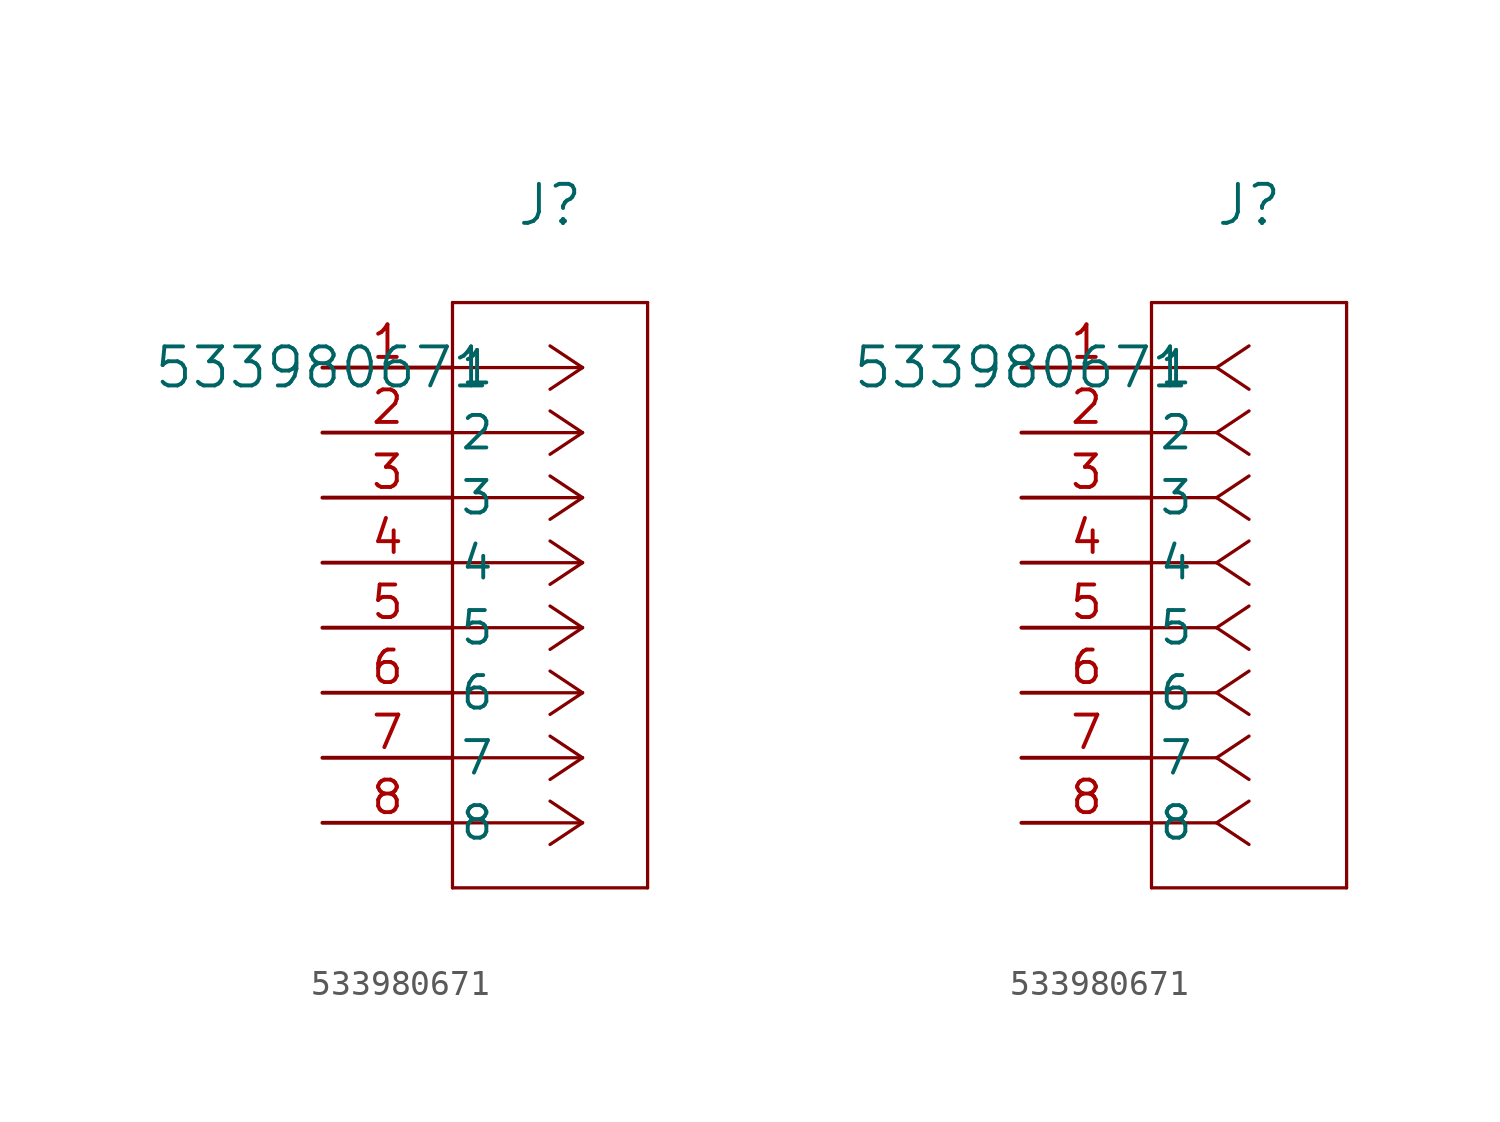
<source format=kicad_sym>
(kicad_symbol_lib
  (version 20211014)
  (generator kicad_symbol_editor)
  (symbol "533980671"
    (pin_names
      (offset 0.254))
    (property "Reference" "J"
      (at 8.89 6.35 0)
      (effects (font (size 1.524 1.524))))
    (property "Value" "533980671"
      (at 0 0 0)
      (effects (font (size 1.524 1.524))))
    (symbol "533980671_1_1"
      (polyline (pts (xy 10.16 0) (xy 5.08 0)) (stroke (width 0.127) (type default) (color 0 0 0 0)) (fill (type none)))
      (polyline (pts (xy 10.16 -2.54) (xy 5.08 -2.54)) (stroke (width 0.127) (type default) (color 0 0 0 0)) (fill (type none)))
      (polyline (pts (xy 10.16 -5.08) (xy 5.08 -5.08)) (stroke (width 0.127) (type default) (color 0 0 0 0)) (fill (type none)))
      (polyline (pts (xy 10.16 -7.62) (xy 5.08 -7.62)) (stroke (width 0.127) (type default) (color 0 0 0 0)) (fill (type none)))
      (polyline (pts (xy 10.16 -10.16) (xy 5.08 -10.16)) (stroke (width 0.127) (type default) (color 0 0 0 0)) (fill (type none)))
      (polyline (pts (xy 10.16 -12.7) (xy 5.08 -12.7)) (stroke (width 0.127) (type default) (color 0 0 0 0)) (fill (type none)))
      (polyline (pts (xy 10.16 -15.24) (xy 5.08 -15.24)) (stroke (width 0.127) (type default) (color 0 0 0 0)) (fill (type none)))
      (polyline (pts (xy 10.16 -17.78) (xy 5.08 -17.78)) (stroke (width 0.127) (type default) (color 0 0 0 0)) (fill (type none)))
      (polyline (pts (xy 10.16 0) (xy 8.89 0.847)) (stroke (width 0.127) (type default) (color 0 0 0 0)) (fill (type none)))
      (polyline (pts (xy 10.16 -2.54) (xy 8.89 -1.693)) (stroke (width 0.127) (type default) (color 0 0 0 0)) (fill (type none)))
      (polyline (pts (xy 10.16 -5.08) (xy 8.89 -4.233)) (stroke (width 0.127) (type default) (color 0 0 0 0)) (fill (type none)))
      (polyline (pts (xy 10.16 -7.62) (xy 8.89 -6.773)) (stroke (width 0.127) (type default) (color 0 0 0 0)) (fill (type none)))
      (polyline (pts (xy 10.16 -10.16) (xy 8.89 -9.313)) (stroke (width 0.127) (type default) (color 0 0 0 0)) (fill (type none)))
      (polyline (pts (xy 10.16 -12.7) (xy 8.89 -11.853)) (stroke (width 0.127) (type default) (color 0 0 0 0)) (fill (type none)))
      (polyline (pts (xy 10.16 -15.24) (xy 8.89 -14.393)) (stroke (width 0.127) (type default) (color 0 0 0 0)) (fill (type none)))
      (polyline (pts (xy 10.16 -17.78) (xy 8.89 -16.933)) (stroke (width 0.127) (type default) (color 0 0 0 0)) (fill (type none)))
      (polyline (pts (xy 10.16 0) (xy 8.89 -0.847)) (stroke (width 0.127) (type default) (color 0 0 0 0)) (fill (type none)))
      (polyline (pts (xy 10.16 -2.54) (xy 8.89 -3.387)) (stroke (width 0.127) (type default) (color 0 0 0 0)) (fill (type none)))
      (polyline (pts (xy 10.16 -5.08) (xy 8.89 -5.927)) (stroke (width 0.127) (type default) (color 0 0 0 0)) (fill (type none)))
      (polyline (pts (xy 10.16 -7.62) (xy 8.89 -8.467)) (stroke (width 0.127) (type default) (color 0 0 0 0)) (fill (type none)))
      (polyline (pts (xy 10.16 -10.16) (xy 8.89 -11.007)) (stroke (width 0.127) (type default) (color 0 0 0 0)) (fill (type none)))
      (polyline (pts (xy 10.16 -12.7) (xy 8.89 -13.547)) (stroke (width 0.127) (type default) (color 0 0 0 0)) (fill (type none)))
      (polyline (pts (xy 10.16 -15.24) (xy 8.89 -16.087)) (stroke (width 0.127) (type default) (color 0 0 0 0)) (fill (type none)))
      (polyline (pts (xy 10.16 -17.78) (xy 8.89 -18.627)) (stroke (width 0.127) (type default) (color 0 0 0 0)) (fill (type none)))
      (polyline (pts (xy 5.08 2.54) (xy 5.08 -20.32)) (stroke (width 0.127) (type default) (color 0 0 0 0)) (fill (type none)))
      (polyline (pts (xy 5.08 -20.32) (xy 12.7 -20.32)) (stroke (width 0.127) (type default) (color 0 0 0 0)) (fill (type none)))
      (polyline (pts (xy 12.7 -20.32) (xy 12.7 2.54)) (stroke (width 0.127) (type default) (color 0 0 0 0)) (fill (type none)))
      (polyline (pts (xy 12.7 2.54) (xy 5.08 2.54)) (stroke (width 0.127) (type default) (color 0 0 0 0)) (fill (type none)))
      (pin unspecified line (at 0 0 0) (length 5.08) (name "1" (effects (font (size 1.27 1.27)))) (number "1" (effects (font (size 1.27 1.27)))))
      (pin unspecified line (at 0 -2.54 0) (length 5.08) (name "2" (effects (font (size 1.27 1.27)))) (number "2" (effects (font (size 1.27 1.27)))))
      (pin unspecified line (at 0 -5.08 0) (length 5.08) (name "3" (effects (font (size 1.27 1.27)))) (number "3" (effects (font (size 1.27 1.27)))))
      (pin unspecified line (at 0 -7.62 0) (length 5.08) (name "4" (effects (font (size 1.27 1.27)))) (number "4" (effects (font (size 1.27 1.27)))))
      (pin unspecified line (at 0 -10.16 0) (length 5.08) (name "5" (effects (font (size 1.27 1.27)))) (number "5" (effects (font (size 1.27 1.27)))))
      (pin unspecified line (at 0 -12.7 0) (length 5.08) (name "6" (effects (font (size 1.27 1.27)))) (number "6" (effects (font (size 1.27 1.27)))))
      (pin unspecified line (at 0 -15.24 0) (length 5.08) (name "7" (effects (font (size 1.27 1.27)))) (number "7" (effects (font (size 1.27 1.27)))))
      (pin unspecified line (at 0 -17.78 0) (length 5.08) (name "8" (effects (font (size 1.27 1.27)))) (number "8" (effects (font (size 1.27 1.27))))))
    (symbol "533980671_1_2"
      (polyline (pts (xy 7.62 0) (xy 5.08 0)) (stroke (width 0.127) (type default) (color 0 0 0 0)) (fill (type none)))
      (polyline (pts (xy 7.62 -2.54) (xy 5.08 -2.54)) (stroke (width 0.127) (type default) (color 0 0 0 0)) (fill (type none)))
      (polyline (pts (xy 7.62 -5.08) (xy 5.08 -5.08)) (stroke (width 0.127) (type default) (color 0 0 0 0)) (fill (type none)))
      (polyline (pts (xy 7.62 -7.62) (xy 5.08 -7.62)) (stroke (width 0.127) (type default) (color 0 0 0 0)) (fill (type none)))
      (polyline (pts (xy 7.62 -10.16) (xy 5.08 -10.16)) (stroke (width 0.127) (type default) (color 0 0 0 0)) (fill (type none)))
      (polyline (pts (xy 7.62 -12.7) (xy 5.08 -12.7)) (stroke (width 0.127) (type default) (color 0 0 0 0)) (fill (type none)))
      (polyline (pts (xy 7.62 -15.24) (xy 5.08 -15.24)) (stroke (width 0.127) (type default) (color 0 0 0 0)) (fill (type none)))
      (polyline (pts (xy 7.62 -17.78) (xy 5.08 -17.78)) (stroke (width 0.127) (type default) (color 0 0 0 0)) (fill (type none)))
      (polyline (pts (xy 7.62 0) (xy 8.89 0.847)) (stroke (width 0.127) (type default) (color 0 0 0 0)) (fill (type none)))
      (polyline (pts (xy 7.62 -2.54) (xy 8.89 -1.693)) (stroke (width 0.127) (type default) (color 0 0 0 0)) (fill (type none)))
      (polyline (pts (xy 7.62 -5.08) (xy 8.89 -4.233)) (stroke (width 0.127) (type default) (color 0 0 0 0)) (fill (type none)))
      (polyline (pts (xy 7.62 -7.62) (xy 8.89 -6.773)) (stroke (width 0.127) (type default) (color 0 0 0 0)) (fill (type none)))
      (polyline (pts (xy 7.62 -10.16) (xy 8.89 -9.313)) (stroke (width 0.127) (type default) (color 0 0 0 0)) (fill (type none)))
      (polyline (pts (xy 7.62 -12.7) (xy 8.89 -11.853)) (stroke (width 0.127) (type default) (color 0 0 0 0)) (fill (type none)))
      (polyline (pts (xy 7.62 -15.24) (xy 8.89 -14.393)) (stroke (width 0.127) (type default) (color 0 0 0 0)) (fill (type none)))
      (polyline (pts (xy 7.62 -17.78) (xy 8.89 -16.933)) (stroke (width 0.127) (type default) (color 0 0 0 0)) (fill (type none)))
      (polyline (pts (xy 7.62 0) (xy 8.89 -0.847)) (stroke (width 0.127) (type default) (color 0 0 0 0)) (fill (type none)))
      (polyline (pts (xy 7.62 -2.54) (xy 8.89 -3.387)) (stroke (width 0.127) (type default) (color 0 0 0 0)) (fill (type none)))
      (polyline (pts (xy 7.62 -5.08) (xy 8.89 -5.927)) (stroke (width 0.127) (type default) (color 0 0 0 0)) (fill (type none)))
      (polyline (pts (xy 7.62 -7.62) (xy 8.89 -8.467)) (stroke (width 0.127) (type default) (color 0 0 0 0)) (fill (type none)))
      (polyline (pts (xy 7.62 -10.16) (xy 8.89 -11.007)) (stroke (width 0.127) (type default) (color 0 0 0 0)) (fill (type none)))
      (polyline (pts (xy 7.62 -12.7) (xy 8.89 -13.547)) (stroke (width 0.127) (type default) (color 0 0 0 0)) (fill (type none)))
      (polyline (pts (xy 7.62 -15.24) (xy 8.89 -16.087)) (stroke (width 0.127) (type default) (color 0 0 0 0)) (fill (type none)))
      (polyline (pts (xy 7.62 -17.78) (xy 8.89 -18.627)) (stroke (width 0.127) (type default) (color 0 0 0 0)) (fill (type none)))
      (polyline (pts (xy 5.08 2.54) (xy 5.08 -20.32)) (stroke (width 0.127) (type default) (color 0 0 0 0)) (fill (type none)))
      (polyline (pts (xy 5.08 -20.32) (xy 12.7 -20.32)) (stroke (width 0.127) (type default) (color 0 0 0 0)) (fill (type none)))
      (polyline (pts (xy 12.7 -20.32) (xy 12.7 2.54)) (stroke (width 0.127) (type default) (color 0 0 0 0)) (fill (type none)))
      (polyline (pts (xy 12.7 2.54) (xy 5.08 2.54)) (stroke (width 0.127) (type default) (color 0 0 0 0)) (fill (type none)))
      (pin unspecified line (at 0 0 0) (length 5.08) (name "1" (effects (font (size 1.27 1.27)))) (number "1" (effects (font (size 1.27 1.27)))))
      (pin unspecified line (at 0 -2.54 0) (length 5.08) (name "2" (effects (font (size 1.27 1.27)))) (number "2" (effects (font (size 1.27 1.27)))))
      (pin unspecified line (at 0 -5.08 0) (length 5.08) (name "3" (effects (font (size 1.27 1.27)))) (number "3" (effects (font (size 1.27 1.27)))))
      (pin unspecified line (at 0 -7.62 0) (length 5.08) (name "4" (effects (font (size 1.27 1.27)))) (number "4" (effects (font (size 1.27 1.27)))))
      (pin unspecified line (at 0 -10.16 0) (length 5.08) (name "5" (effects (font (size 1.27 1.27)))) (number "5" (effects (font (size 1.27 1.27)))))
      (pin unspecified line (at 0 -12.7 0) (length 5.08) (name "6" (effects (font (size 1.27 1.27)))) (number "6" (effects (font (size 1.27 1.27)))))
      (pin unspecified line (at 0 -15.24 0) (length 5.08) (name "7" (effects (font (size 1.27 1.27)))) (number "7" (effects (font (size 1.27 1.27)))))
      (pin unspecified line (at 0 -17.78 0) (length 5.08) (name "8" (effects (font (size 1.27 1.27)))) (number "8" (effects (font (size 1.27 1.27))))))))
</source>
